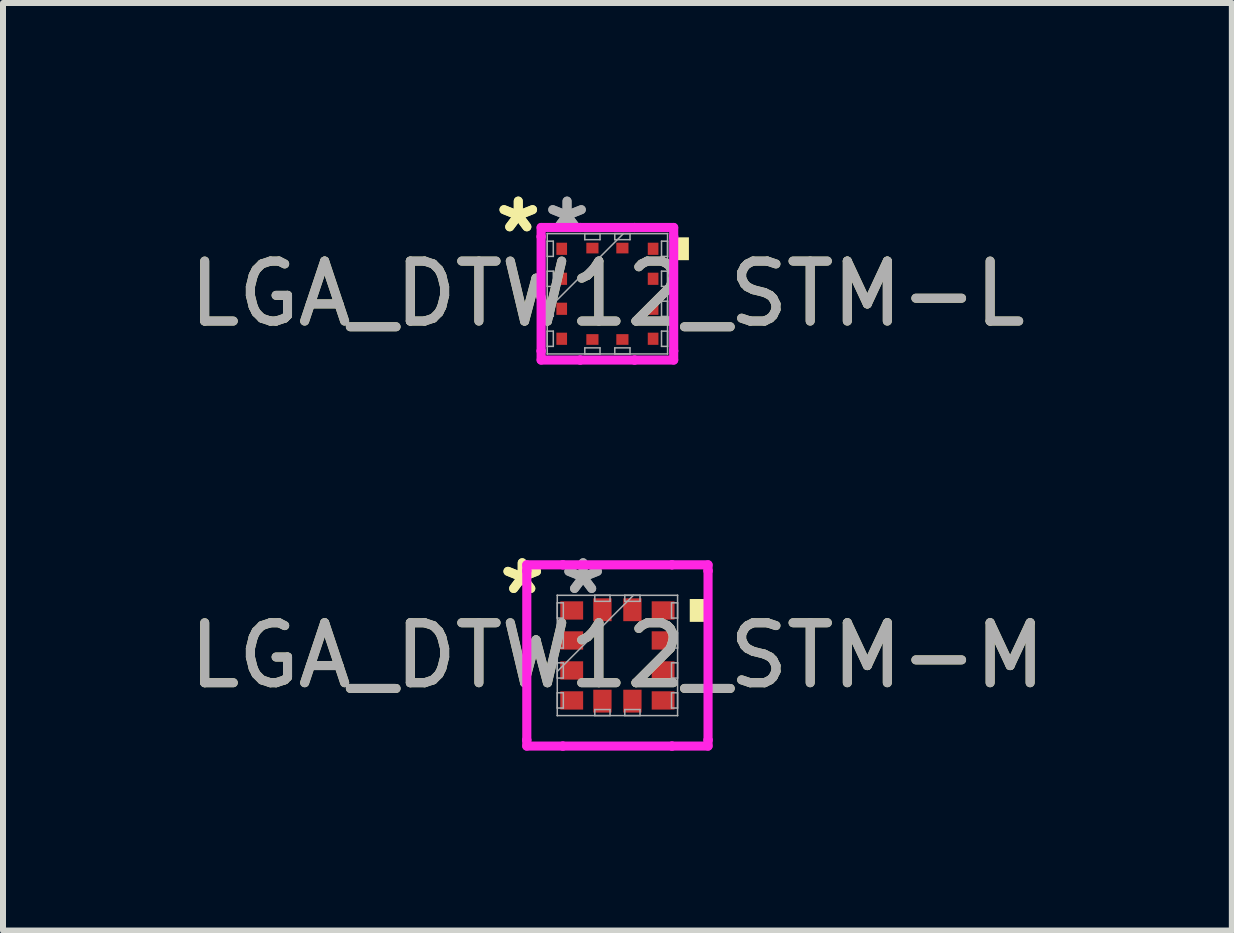
<source format=kicad_pcb>
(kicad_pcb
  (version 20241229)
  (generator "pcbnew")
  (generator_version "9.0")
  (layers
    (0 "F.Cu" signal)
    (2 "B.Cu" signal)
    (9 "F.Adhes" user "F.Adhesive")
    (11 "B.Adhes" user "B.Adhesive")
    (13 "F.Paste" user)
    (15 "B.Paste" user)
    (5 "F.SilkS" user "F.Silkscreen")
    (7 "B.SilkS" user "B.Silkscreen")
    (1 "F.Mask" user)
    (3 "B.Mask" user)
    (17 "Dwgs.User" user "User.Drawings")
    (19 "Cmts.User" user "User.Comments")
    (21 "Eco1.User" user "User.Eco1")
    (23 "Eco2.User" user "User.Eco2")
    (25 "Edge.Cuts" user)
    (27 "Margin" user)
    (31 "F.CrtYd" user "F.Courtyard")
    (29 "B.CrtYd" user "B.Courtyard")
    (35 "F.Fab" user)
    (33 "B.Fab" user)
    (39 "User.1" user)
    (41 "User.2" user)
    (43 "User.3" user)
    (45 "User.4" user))
  (footprint "LGA_DTW12_STM-M"
    (layer "F.Cu")
    (at 7.244 7.878)
    (property "Reference" "LGA_DTW12_STM-M" (at 0 0 0) (unlocked yes) (layer "F.SilkS") (effects (font (size 1 1) (thickness 0.15))))
    (attr smd)
    (fp_poly (pts (xy 1.46 -0.941) (xy 1.46 -0.56) (xy 1.206 -0.56) (xy 1.206 -0.941)) (stroke (width 0) (type solid)) (fill yes) (layer "F.SilkS"))
    (fp_line (start -1.511 -1.511) (end -0.91 -1.511) (stroke (width 0.152) (type solid)) (layer "F.CrtYd"))
    (fp_line (start -1.511 -1.41) (end -1.511 -1.511) (stroke (width 0.152) (type solid)) (layer "F.CrtYd"))
    (fp_line (start -1.511 -1.41) (end -1.511 -1.41) (stroke (width 0.152) (type solid)) (layer "F.CrtYd"))
    (fp_line (start -1.511 1.41) (end -1.511 -1.41) (stroke (width 0.152) (type solid)) (layer "F.CrtYd"))
    (fp_line (start -1.511 1.41) (end -1.511 1.41) (stroke (width 0.152) (type solid)) (layer "F.CrtYd"))
    (fp_line (start -1.511 1.511) (end -1.511 1.41) (stroke (width 0.152) (type solid)) (layer "F.CrtYd"))
    (fp_line (start -0.91 -1.511) (end -0.91 -1.511) (stroke (width 0.152) (type solid)) (layer "F.CrtYd"))
    (fp_line (start -0.91 -1.511) (end 0.91 -1.511) (stroke (width 0.152) (type solid)) (layer "F.CrtYd"))
    (fp_line (start -0.91 1.511) (end -1.511 1.511) (stroke (width 0.152) (type solid)) (layer "F.CrtYd"))
    (fp_line (start -0.91 1.511) (end -0.91 1.511) (stroke (width 0.152) (type solid)) (layer "F.CrtYd"))
    (fp_line (start 0.91 -1.511) (end 0.91 -1.511) (stroke (width 0.152) (type solid)) (layer "F.CrtYd"))
    (fp_line (start 0.91 -1.511) (end 1.511 -1.511) (stroke (width 0.152) (type solid)) (layer "F.CrtYd"))
    (fp_line (start 0.91 1.511) (end -0.91 1.511) (stroke (width 0.152) (type solid)) (layer "F.CrtYd"))
    (fp_line (start 0.91 1.511) (end 0.91 1.511) (stroke (width 0.152) (type solid)) (layer "F.CrtYd"))
    (fp_line (start 1.511 -1.511) (end 1.511 -1.41) (stroke (width 0.152) (type solid)) (layer "F.CrtYd"))
    (fp_line (start 1.511 -1.41) (end 1.511 -1.41) (stroke (width 0.152) (type solid)) (layer "F.CrtYd"))
    (fp_line (start 1.511 -1.41) (end 1.511 1.41) (stroke (width 0.152) (type solid)) (layer "F.CrtYd"))
    (fp_line (start 1.511 1.41) (end 1.511 1.41) (stroke (width 0.152) (type solid)) (layer "F.CrtYd"))
    (fp_line (start 1.511 1.41) (end 1.511 1.511) (stroke (width 0.152) (type solid)) (layer "F.CrtYd"))
    (fp_line (start 1.511 1.511) (end 0.91 1.511) (stroke (width 0.152) (type solid)) (layer "F.CrtYd"))
    (fp_line (start -1.003 -1.003) (end -1.003 -1.003) (stroke (width 0.025) (type solid)) (layer "F.Fab"))
    (fp_line (start -1.003 -1.003) (end -1.003 1.003) (stroke (width 0.025) (type solid)) (layer "F.Fab"))
    (fp_line (start -1.003 -0.877) (end -0.902 -0.877) (stroke (width 0.025) (type solid)) (layer "F.Fab"))
    (fp_line (start -1.003 -0.623) (end -1.003 -0.877) (stroke (width 0.025) (type solid)) (layer "F.Fab"))
    (fp_line (start -1.003 -0.377) (end -0.902 -0.377) (stroke (width 0.025) (type solid)) (layer "F.Fab"))
    (fp_line (start -1.003 -0.123) (end -1.003 -0.377) (stroke (width 0.025) (type solid)) (layer "F.Fab"))
    (fp_line (start -1.003 0.123) (end -0.902 0.123) (stroke (width 0.025) (type solid)) (layer "F.Fab"))
    (fp_line (start -1.003 0.267) (end 0.267 -1.003) (stroke (width 0.025) (type solid)) (layer "F.Fab"))
    (fp_line (start -1.003 0.377) (end -1.003 0.123) (stroke (width 0.025) (type solid)) (layer "F.Fab"))
    (fp_line (start -1.003 0.623) (end -0.902 0.623) (stroke (width 0.025) (type solid)) (layer "F.Fab"))
    (fp_line (start -1.003 0.877) (end -1.003 0.623) (stroke (width 0.025) (type solid)) (layer "F.Fab"))
    (fp_line (start -1.003 1.003) (end -1.003 1.003) (stroke (width 0.025) (type solid)) (layer "F.Fab"))
    (fp_line (start -1.003 1.003) (end 1.003 1.003) (stroke (width 0.025) (type solid)) (layer "F.Fab"))
    (fp_line (start -0.902 -0.877) (end -0.902 -0.623) (stroke (width 0.025) (type solid)) (layer "F.Fab"))
    (fp_line (start -0.902 -0.623) (end -1.003 -0.623) (stroke (width 0.025) (type solid)) (layer "F.Fab"))
    (fp_line (start -0.902 -0.377) (end -0.902 -0.123) (stroke (width 0.025) (type solid)) (layer "F.Fab"))
    (fp_line (start -0.902 -0.123) (end -1.003 -0.123) (stroke (width 0.025) (type solid)) (layer "F.Fab"))
    (fp_line (start -0.902 0.123) (end -0.902 0.377) (stroke (width 0.025) (type solid)) (layer "F.Fab"))
    (fp_line (start -0.902 0.377) (end -1.003 0.377) (stroke (width 0.025) (type solid)) (layer "F.Fab"))
    (fp_line (start -0.902 0.623) (end -0.902 0.877) (stroke (width 0.025) (type solid)) (layer "F.Fab"))
    (fp_line (start -0.902 0.877) (end -1.003 0.877) (stroke (width 0.025) (type solid)) (layer "F.Fab"))
    (fp_line (start -0.377 -1.003) (end -0.123 -1.003) (stroke (width 0.025) (type solid)) (layer "F.Fab"))
    (fp_line (start -0.377 -0.902) (end -0.377 -1.003) (stroke (width 0.025) (type solid)) (layer "F.Fab"))
    (fp_line (start -0.377 0.902) (end -0.123 0.902) (stroke (width 0.025) (type solid)) (layer "F.Fab"))
    (fp_line (start -0.377 1.003) (end -0.377 0.902) (stroke (width 0.025) (type solid)) (layer "F.Fab"))
    (fp_line (start -0.123 -1.003) (end -0.123 -0.902) (stroke (width 0.025) (type solid)) (layer "F.Fab"))
    (fp_line (start -0.123 -0.902) (end -0.377 -0.902) (stroke (width 0.025) (type solid)) (layer "F.Fab"))
    (fp_line (start -0.123 0.902) (end -0.123 1.003) (stroke (width 0.025) (type solid)) (layer "F.Fab"))
    (fp_line (start -0.123 1.003) (end -0.377 1.003) (stroke (width 0.025) (type solid)) (layer "F.Fab"))
    (fp_line (start 0.123 -1.003) (end 0.377 -1.003) (stroke (width 0.025) (type solid)) (layer "F.Fab"))
    (fp_line (start 0.123 -0.902) (end 0.123 -1.003) (stroke (width 0.025) (type solid)) (layer "F.Fab"))
    (fp_line (start 0.123 0.902) (end 0.377 0.902) (stroke (width 0.025) (type solid)) (layer "F.Fab"))
    (fp_line (start 0.123 1.003) (end 0.123 0.902) (stroke (width 0.025) (type solid)) (layer "F.Fab"))
    (fp_line (start 0.377 -1.003) (end 0.377 -0.902) (stroke (width 0.025) (type solid)) (layer "F.Fab"))
    (fp_line (start 0.377 -0.902) (end 0.123 -0.902) (stroke (width 0.025) (type solid)) (layer "F.Fab"))
    (fp_line (start 0.377 0.902) (end 0.377 1.003) (stroke (width 0.025) (type solid)) (layer "F.Fab"))
    (fp_line (start 0.377 1.003) (end 0.123 1.003) (stroke (width 0.025) (type solid)) (layer "F.Fab"))
    (fp_line (start 0.902 -0.877) (end 1.003 -0.877) (stroke (width 0.025) (type solid)) (layer "F.Fab"))
    (fp_line (start 0.902 -0.623) (end 0.902 -0.877) (stroke (width 0.025) (type solid)) (layer "F.Fab"))
    (fp_line (start 0.902 -0.377) (end 1.003 -0.377) (stroke (width 0.025) (type solid)) (layer "F.Fab"))
    (fp_line (start 0.902 -0.123) (end 0.902 -0.377) (stroke (width 0.025) (type solid)) (layer "F.Fab"))
    (fp_line (start 0.902 0.123) (end 1.003 0.123) (stroke (width 0.025) (type solid)) (layer "F.Fab"))
    (fp_line (start 0.902 0.377) (end 0.902 0.123) (stroke (width 0.025) (type solid)) (layer "F.Fab"))
    (fp_line (start 0.902 0.623) (end 1.003 0.623) (stroke (width 0.025) (type solid)) (layer "F.Fab"))
    (fp_line (start 0.902 0.877) (end 0.902 0.623) (stroke (width 0.025) (type solid)) (layer "F.Fab"))
    (fp_line (start 1.003 -1.003) (end -1.003 -1.003) (stroke (width 0.025) (type solid)) (layer "F.Fab"))
    (fp_line (start 1.003 -1.003) (end 1.003 -1.003) (stroke (width 0.025) (type solid)) (layer "F.Fab"))
    (fp_line (start 1.003 -0.877) (end 1.003 -0.623) (stroke (width 0.025) (type solid)) (layer "F.Fab"))
    (fp_line (start 1.003 -0.623) (end 0.902 -0.623) (stroke (width 0.025) (type solid)) (layer "F.Fab"))
    (fp_line (start 1.003 -0.377) (end 1.003 -0.123) (stroke (width 0.025) (type solid)) (layer "F.Fab"))
    (fp_line (start 1.003 -0.123) (end 0.902 -0.123) (stroke (width 0.025) (type solid)) (layer "F.Fab"))
    (fp_line (start 1.003 0.123) (end 1.003 0.377) (stroke (width 0.025) (type solid)) (layer "F.Fab"))
    (fp_line (start 1.003 0.377) (end 0.902 0.377) (stroke (width 0.025) (type solid)) (layer "F.Fab"))
    (fp_line (start 1.003 0.623) (end 1.003 0.877) (stroke (width 0.025) (type solid)) (layer "F.Fab"))
    (fp_line (start 1.003 0.877) (end 0.902 0.877) (stroke (width 0.025) (type solid)) (layer "F.Fab"))
    (fp_line (start 1.003 1.003) (end 1.003 -1.003) (stroke (width 0.025) (type solid)) (layer "F.Fab"))
    (fp_line (start 1.003 1.003) (end 1.003 1.003) (stroke (width 0.025) (type solid)) (layer "F.Fab"))
    (fp_text user "*" (at -1.587 -1 0) (unlocked yes) (layer "F.SilkS") (effects (font (size 1 1) (thickness 0.15))))
    (fp_text user "*" (at -1.587 -1 0) (layer "F.SilkS") (effects (font (size 1 1) (thickness 0.15))))
    (fp_text user "${REFERENCE}" (at 0 0 0) (unlocked yes) (layer "F.Fab") (effects (font (size 1 1) (thickness 0.15))))
    (fp_text user "*" (at -0.572 -1 0) (unlocked yes) (layer "F.Fab") (effects (font (size 1 1) (thickness 0.15))))
    (fp_text user "*" (at -0.572 -1 0) (layer "F.Fab") (effects (font (size 1 1) (thickness 0.15))))
    (pad "1" smd rect (at -0.762 -0.75 90) (size 0.305 0.381) (layers "F.Cu" "F.Mask" "F.Paste"))
    (pad "2" smd rect (at -0.762 -0.25 90) (size 0.305 0.381) (layers "F.Cu" "F.Mask" "F.Paste"))
    (pad "3" smd rect (at -0.762 0.25 90) (size 0.305 0.381) (layers "F.Cu" "F.Mask" "F.Paste"))
    (pad "4" smd rect (at -0.762 0.75 90) (size 0.305 0.381) (layers "F.Cu" "F.Mask" "F.Paste"))
    (pad "5" smd rect (at -0.25 0.762) (size 0.305 0.381) (layers "F.Cu" "F.Mask" "F.Paste"))
    (pad "6" smd rect (at 0.25 0.762) (size 0.305 0.381) (layers "F.Cu" "F.Mask" "F.Paste"))
    (pad "7" smd rect (at 0.762 0.75 90) (size 0.305 0.381) (layers "F.Cu" "F.Mask" "F.Paste"))
    (pad "8" smd rect (at 0.762 0.25 90) (size 0.305 0.381) (layers "F.Cu" "F.Mask" "F.Paste"))
    (pad "9" smd rect (at 0.762 -0.25 90) (size 0.305 0.381) (layers "F.Cu" "F.Mask" "F.Paste"))
    (pad "10" smd rect (at 0.762 -0.75 90) (size 0.305 0.381) (layers "F.Cu" "F.Mask" "F.Paste"))
    (pad "11" smd rect (at 0.25 -0.762) (size 0.305 0.381) (layers "F.Cu" "F.Mask" "F.Paste"))
    (pad "12" smd rect (at -0.25 -0.762) (size 0.305 0.381) (layers "F.Cu" "F.Mask" "F.Paste")))
  (footprint "LGA_DTW12_STM-L"
    (layer "F.Cu")
    (at 7.077 1.848)
    (property "Reference" "LGA_DTW12_STM-L" (at 0 0 0) (unlocked yes) (layer "F.SilkS") (effects (font (size 1 1) (thickness 0.15))))
    (attr smd)
    (fp_poly (pts (xy 1.359 -0.941) (xy 1.359 -0.56) (xy 1.105 -0.56) (xy 1.105 -0.941)) (stroke (width 0) (type solid)) (fill yes) (layer "F.SilkS"))
    (fp_line (start -1.105 -1.105) (end -0.453 -1.105) (stroke (width 0.152) (type solid)) (layer "F.CrtYd"))
    (fp_line (start -1.105 -0.953) (end -1.105 -1.105) (stroke (width 0.152) (type solid)) (layer "F.CrtYd"))
    (fp_line (start -1.105 -0.953) (end -1.105 -0.953) (stroke (width 0.152) (type solid)) (layer "F.CrtYd"))
    (fp_line (start -1.105 0.953) (end -1.105 -0.953) (stroke (width 0.152) (type solid)) (layer "F.CrtYd"))
    (fp_line (start -1.105 0.953) (end -1.105 0.953) (stroke (width 0.152) (type solid)) (layer "F.CrtYd"))
    (fp_line (start -1.105 1.105) (end -1.105 0.953) (stroke (width 0.152) (type solid)) (layer "F.CrtYd"))
    (fp_line (start -0.453 -1.105) (end -0.453 -1.105) (stroke (width 0.152) (type solid)) (layer "F.CrtYd"))
    (fp_line (start -0.453 -1.105) (end 0.453 -1.105) (stroke (width 0.152) (type solid)) (layer "F.CrtYd"))
    (fp_line (start -0.453 1.105) (end -1.105 1.105) (stroke (width 0.152) (type solid)) (layer "F.CrtYd"))
    (fp_line (start -0.453 1.105) (end -0.453 1.105) (stroke (width 0.152) (type solid)) (layer "F.CrtYd"))
    (fp_line (start 0.453 -1.105) (end 0.453 -1.105) (stroke (width 0.152) (type solid)) (layer "F.CrtYd"))
    (fp_line (start 0.453 -1.105) (end 1.105 -1.105) (stroke (width 0.152) (type solid)) (layer "F.CrtYd"))
    (fp_line (start 0.453 1.105) (end -0.453 1.105) (stroke (width 0.152) (type solid)) (layer "F.CrtYd"))
    (fp_line (start 0.453 1.105) (end 0.453 1.105) (stroke (width 0.152) (type solid)) (layer "F.CrtYd"))
    (fp_line (start 1.105 -1.105) (end 1.105 -0.953) (stroke (width 0.152) (type solid)) (layer "F.CrtYd"))
    (fp_line (start 1.105 -0.953) (end 1.105 -0.953) (stroke (width 0.152) (type solid)) (layer "F.CrtYd"))
    (fp_line (start 1.105 -0.953) (end 1.105 0.953) (stroke (width 0.152) (type solid)) (layer "F.CrtYd"))
    (fp_line (start 1.105 0.953) (end 1.105 0.953) (stroke (width 0.152) (type solid)) (layer "F.CrtYd"))
    (fp_line (start 1.105 0.953) (end 1.105 1.105) (stroke (width 0.152) (type solid)) (layer "F.CrtYd"))
    (fp_line (start 1.105 1.105) (end 0.453 1.105) (stroke (width 0.152) (type solid)) (layer "F.CrtYd"))
    (fp_line (start -1.003 -1.003) (end -1.003 -1.003) (stroke (width 0.025) (type solid)) (layer "F.Fab"))
    (fp_line (start -1.003 -1.003) (end -1.003 1.003) (stroke (width 0.025) (type solid)) (layer "F.Fab"))
    (fp_line (start -1.003 -0.877) (end -0.902 -0.877) (stroke (width 0.025) (type solid)) (layer "F.Fab"))
    (fp_line (start -1.003 -0.623) (end -1.003 -0.877) (stroke (width 0.025) (type solid)) (layer "F.Fab"))
    (fp_line (start -1.003 -0.377) (end -0.902 -0.377) (stroke (width 0.025) (type solid)) (layer "F.Fab"))
    (fp_line (start -1.003 -0.123) (end -1.003 -0.377) (stroke (width 0.025) (type solid)) (layer "F.Fab"))
    (fp_line (start -1.003 0.123) (end -0.902 0.123) (stroke (width 0.025) (type solid)) (layer "F.Fab"))
    (fp_line (start -1.003 0.267) (end 0.267 -1.003) (stroke (width 0.025) (type solid)) (layer "F.Fab"))
    (fp_line (start -1.003 0.377) (end -1.003 0.123) (stroke (width 0.025) (type solid)) (layer "F.Fab"))
    (fp_line (start -1.003 0.623) (end -0.902 0.623) (stroke (width 0.025) (type solid)) (layer "F.Fab"))
    (fp_line (start -1.003 0.877) (end -1.003 0.623) (stroke (width 0.025) (type solid)) (layer "F.Fab"))
    (fp_line (start -1.003 1.003) (end -1.003 1.003) (stroke (width 0.025) (type solid)) (layer "F.Fab"))
    (fp_line (start -1.003 1.003) (end 1.003 1.003) (stroke (width 0.025) (type solid)) (layer "F.Fab"))
    (fp_line (start -0.902 -0.877) (end -0.902 -0.623) (stroke (width 0.025) (type solid)) (layer "F.Fab"))
    (fp_line (start -0.902 -0.623) (end -1.003 -0.623) (stroke (width 0.025) (type solid)) (layer "F.Fab"))
    (fp_line (start -0.902 -0.377) (end -0.902 -0.123) (stroke (width 0.025) (type solid)) (layer "F.Fab"))
    (fp_line (start -0.902 -0.123) (end -1.003 -0.123) (stroke (width 0.025) (type solid)) (layer "F.Fab"))
    (fp_line (start -0.902 0.123) (end -0.902 0.377) (stroke (width 0.025) (type solid)) (layer "F.Fab"))
    (fp_line (start -0.902 0.377) (end -1.003 0.377) (stroke (width 0.025) (type solid)) (layer "F.Fab"))
    (fp_line (start -0.902 0.623) (end -0.902 0.877) (stroke (width 0.025) (type solid)) (layer "F.Fab"))
    (fp_line (start -0.902 0.877) (end -1.003 0.877) (stroke (width 0.025) (type solid)) (layer "F.Fab"))
    (fp_line (start -0.377 -1.003) (end -0.123 -1.003) (stroke (width 0.025) (type solid)) (layer "F.Fab"))
    (fp_line (start -0.377 -0.902) (end -0.377 -1.003) (stroke (width 0.025) (type solid)) (layer "F.Fab"))
    (fp_line (start -0.377 0.902) (end -0.123 0.902) (stroke (width 0.025) (type solid)) (layer "F.Fab"))
    (fp_line (start -0.377 1.003) (end -0.377 0.902) (stroke (width 0.025) (type solid)) (layer "F.Fab"))
    (fp_line (start -0.123 -1.003) (end -0.123 -0.902) (stroke (width 0.025) (type solid)) (layer "F.Fab"))
    (fp_line (start -0.123 -0.902) (end -0.377 -0.902) (stroke (width 0.025) (type solid)) (layer "F.Fab"))
    (fp_line (start -0.123 0.902) (end -0.123 1.003) (stroke (width 0.025) (type solid)) (layer "F.Fab"))
    (fp_line (start -0.123 1.003) (end -0.377 1.003) (stroke (width 0.025) (type solid)) (layer "F.Fab"))
    (fp_line (start 0.123 -1.003) (end 0.377 -1.003) (stroke (width 0.025) (type solid)) (layer "F.Fab"))
    (fp_line (start 0.123 -0.902) (end 0.123 -1.003) (stroke (width 0.025) (type solid)) (layer "F.Fab"))
    (fp_line (start 0.123 0.902) (end 0.377 0.902) (stroke (width 0.025) (type solid)) (layer "F.Fab"))
    (fp_line (start 0.123 1.003) (end 0.123 0.902) (stroke (width 0.025) (type solid)) (layer "F.Fab"))
    (fp_line (start 0.377 -1.003) (end 0.377 -0.902) (stroke (width 0.025) (type solid)) (layer "F.Fab"))
    (fp_line (start 0.377 -0.902) (end 0.123 -0.902) (stroke (width 0.025) (type solid)) (layer "F.Fab"))
    (fp_line (start 0.377 0.902) (end 0.377 1.003) (stroke (width 0.025) (type solid)) (layer "F.Fab"))
    (fp_line (start 0.377 1.003) (end 0.123 1.003) (stroke (width 0.025) (type solid)) (layer "F.Fab"))
    (fp_line (start 0.902 -0.877) (end 1.003 -0.877) (stroke (width 0.025) (type solid)) (layer "F.Fab"))
    (fp_line (start 0.902 -0.623) (end 0.902 -0.877) (stroke (width 0.025) (type solid)) (layer "F.Fab"))
    (fp_line (start 0.902 -0.377) (end 1.003 -0.377) (stroke (width 0.025) (type solid)) (layer "F.Fab"))
    (fp_line (start 0.902 -0.123) (end 0.902 -0.377) (stroke (width 0.025) (type solid)) (layer "F.Fab"))
    (fp_line (start 0.902 0.123) (end 1.003 0.123) (stroke (width 0.025) (type solid)) (layer "F.Fab"))
    (fp_line (start 0.902 0.377) (end 0.902 0.123) (stroke (width 0.025) (type solid)) (layer "F.Fab"))
    (fp_line (start 0.902 0.623) (end 1.003 0.623) (stroke (width 0.025) (type solid)) (layer "F.Fab"))
    (fp_line (start 0.902 0.877) (end 0.902 0.623) (stroke (width 0.025) (type solid)) (layer "F.Fab"))
    (fp_line (start 1.003 -1.003) (end -1.003 -1.003) (stroke (width 0.025) (type solid)) (layer "F.Fab"))
    (fp_line (start 1.003 -1.003) (end 1.003 -1.003) (stroke (width 0.025) (type solid)) (layer "F.Fab"))
    (fp_line (start 1.003 -0.877) (end 1.003 -0.623) (stroke (width 0.025) (type solid)) (layer "F.Fab"))
    (fp_line (start 1.003 -0.623) (end 0.902 -0.623) (stroke (width 0.025) (type solid)) (layer "F.Fab"))
    (fp_line (start 1.003 -0.377) (end 1.003 -0.123) (stroke (width 0.025) (type solid)) (layer "F.Fab"))
    (fp_line (start 1.003 -0.123) (end 0.902 -0.123) (stroke (width 0.025) (type solid)) (layer "F.Fab"))
    (fp_line (start 1.003 0.123) (end 1.003 0.377) (stroke (width 0.025) (type solid)) (layer "F.Fab"))
    (fp_line (start 1.003 0.377) (end 0.902 0.377) (stroke (width 0.025) (type solid)) (layer "F.Fab"))
    (fp_line (start 1.003 0.623) (end 1.003 0.877) (stroke (width 0.025) (type solid)) (layer "F.Fab"))
    (fp_line (start 1.003 0.877) (end 0.902 0.877) (stroke (width 0.025) (type solid)) (layer "F.Fab"))
    (fp_line (start 1.003 1.003) (end 1.003 -1.003) (stroke (width 0.025) (type solid)) (layer "F.Fab"))
    (fp_line (start 1.003 1.003) (end 1.003 1.003) (stroke (width 0.025) (type solid)) (layer "F.Fab"))
    (fp_text user "*" (at -1.486 -1 0) (unlocked yes) (layer "F.SilkS") (effects (font (size 1 1) (thickness 0.15))))
    (fp_text user "*" (at -1.486 -1 0) (layer "F.SilkS") (effects (font (size 1 1) (thickness 0.15))))
    (fp_text user "${REFERENCE}" (at 0 0 0) (unlocked yes) (layer "F.Fab") (effects (font (size 1 1) (thickness 0.15))))
    (fp_text user "*" (at -0.673 -1 0) (layer "F.Fab") (effects (font (size 1 1) (thickness 0.15))))
    (fp_text user "*" (at -0.673 -1 0) (unlocked yes) (layer "F.Fab") (effects (font (size 1 1) (thickness 0.15))))
    (pad "1" smd rect (at -0.762 -0.75 90) (size 0.203 0.178) (layers "F.Cu" "F.Mask" "F.Paste"))
    (pad "2" smd rect (at -0.762 -0.25 90) (size 0.203 0.178) (layers "F.Cu" "F.Mask" "F.Paste"))
    (pad "3" smd rect (at -0.762 0.25 90) (size 0.203 0.178) (layers "F.Cu" "F.Mask" "F.Paste"))
    (pad "4" smd rect (at -0.762 0.75 90) (size 0.203 0.178) (layers "F.Cu" "F.Mask" "F.Paste"))
    (pad "5" smd rect (at -0.25 0.762) (size 0.203 0.178) (layers "F.Cu" "F.Mask" "F.Paste"))
    (pad "6" smd rect (at 0.25 0.762) (size 0.203 0.178) (layers "F.Cu" "F.Mask" "F.Paste"))
    (pad "7" smd rect (at 0.762 0.75 90) (size 0.203 0.178) (layers "F.Cu" "F.Mask" "F.Paste"))
    (pad "8" smd rect (at 0.762 0.25 90) (size 0.203 0.178) (layers "F.Cu" "F.Mask" "F.Paste"))
    (pad "9" smd rect (at 0.762 -0.25 90) (size 0.203 0.178) (layers "F.Cu" "F.Mask" "F.Paste"))
    (pad "10" smd rect (at 0.762 -0.75 90) (size 0.203 0.178) (layers "F.Cu" "F.Mask" "F.Paste"))
    (pad "11" smd rect (at 0.25 -0.762) (size 0.203 0.178) (layers "F.Cu" "F.Mask" "F.Paste"))
    (pad "12" smd rect (at -0.25 -0.762) (size 0.203 0.178) (layers "F.Cu" "F.Mask" "F.Paste")))
  (gr_rect
    (start -3 -3)
    (end 17.488 12.465)
    (stroke (width 0.1) (type default))
    (fill no)
    (layer "Edge.Cuts")))
</source>
